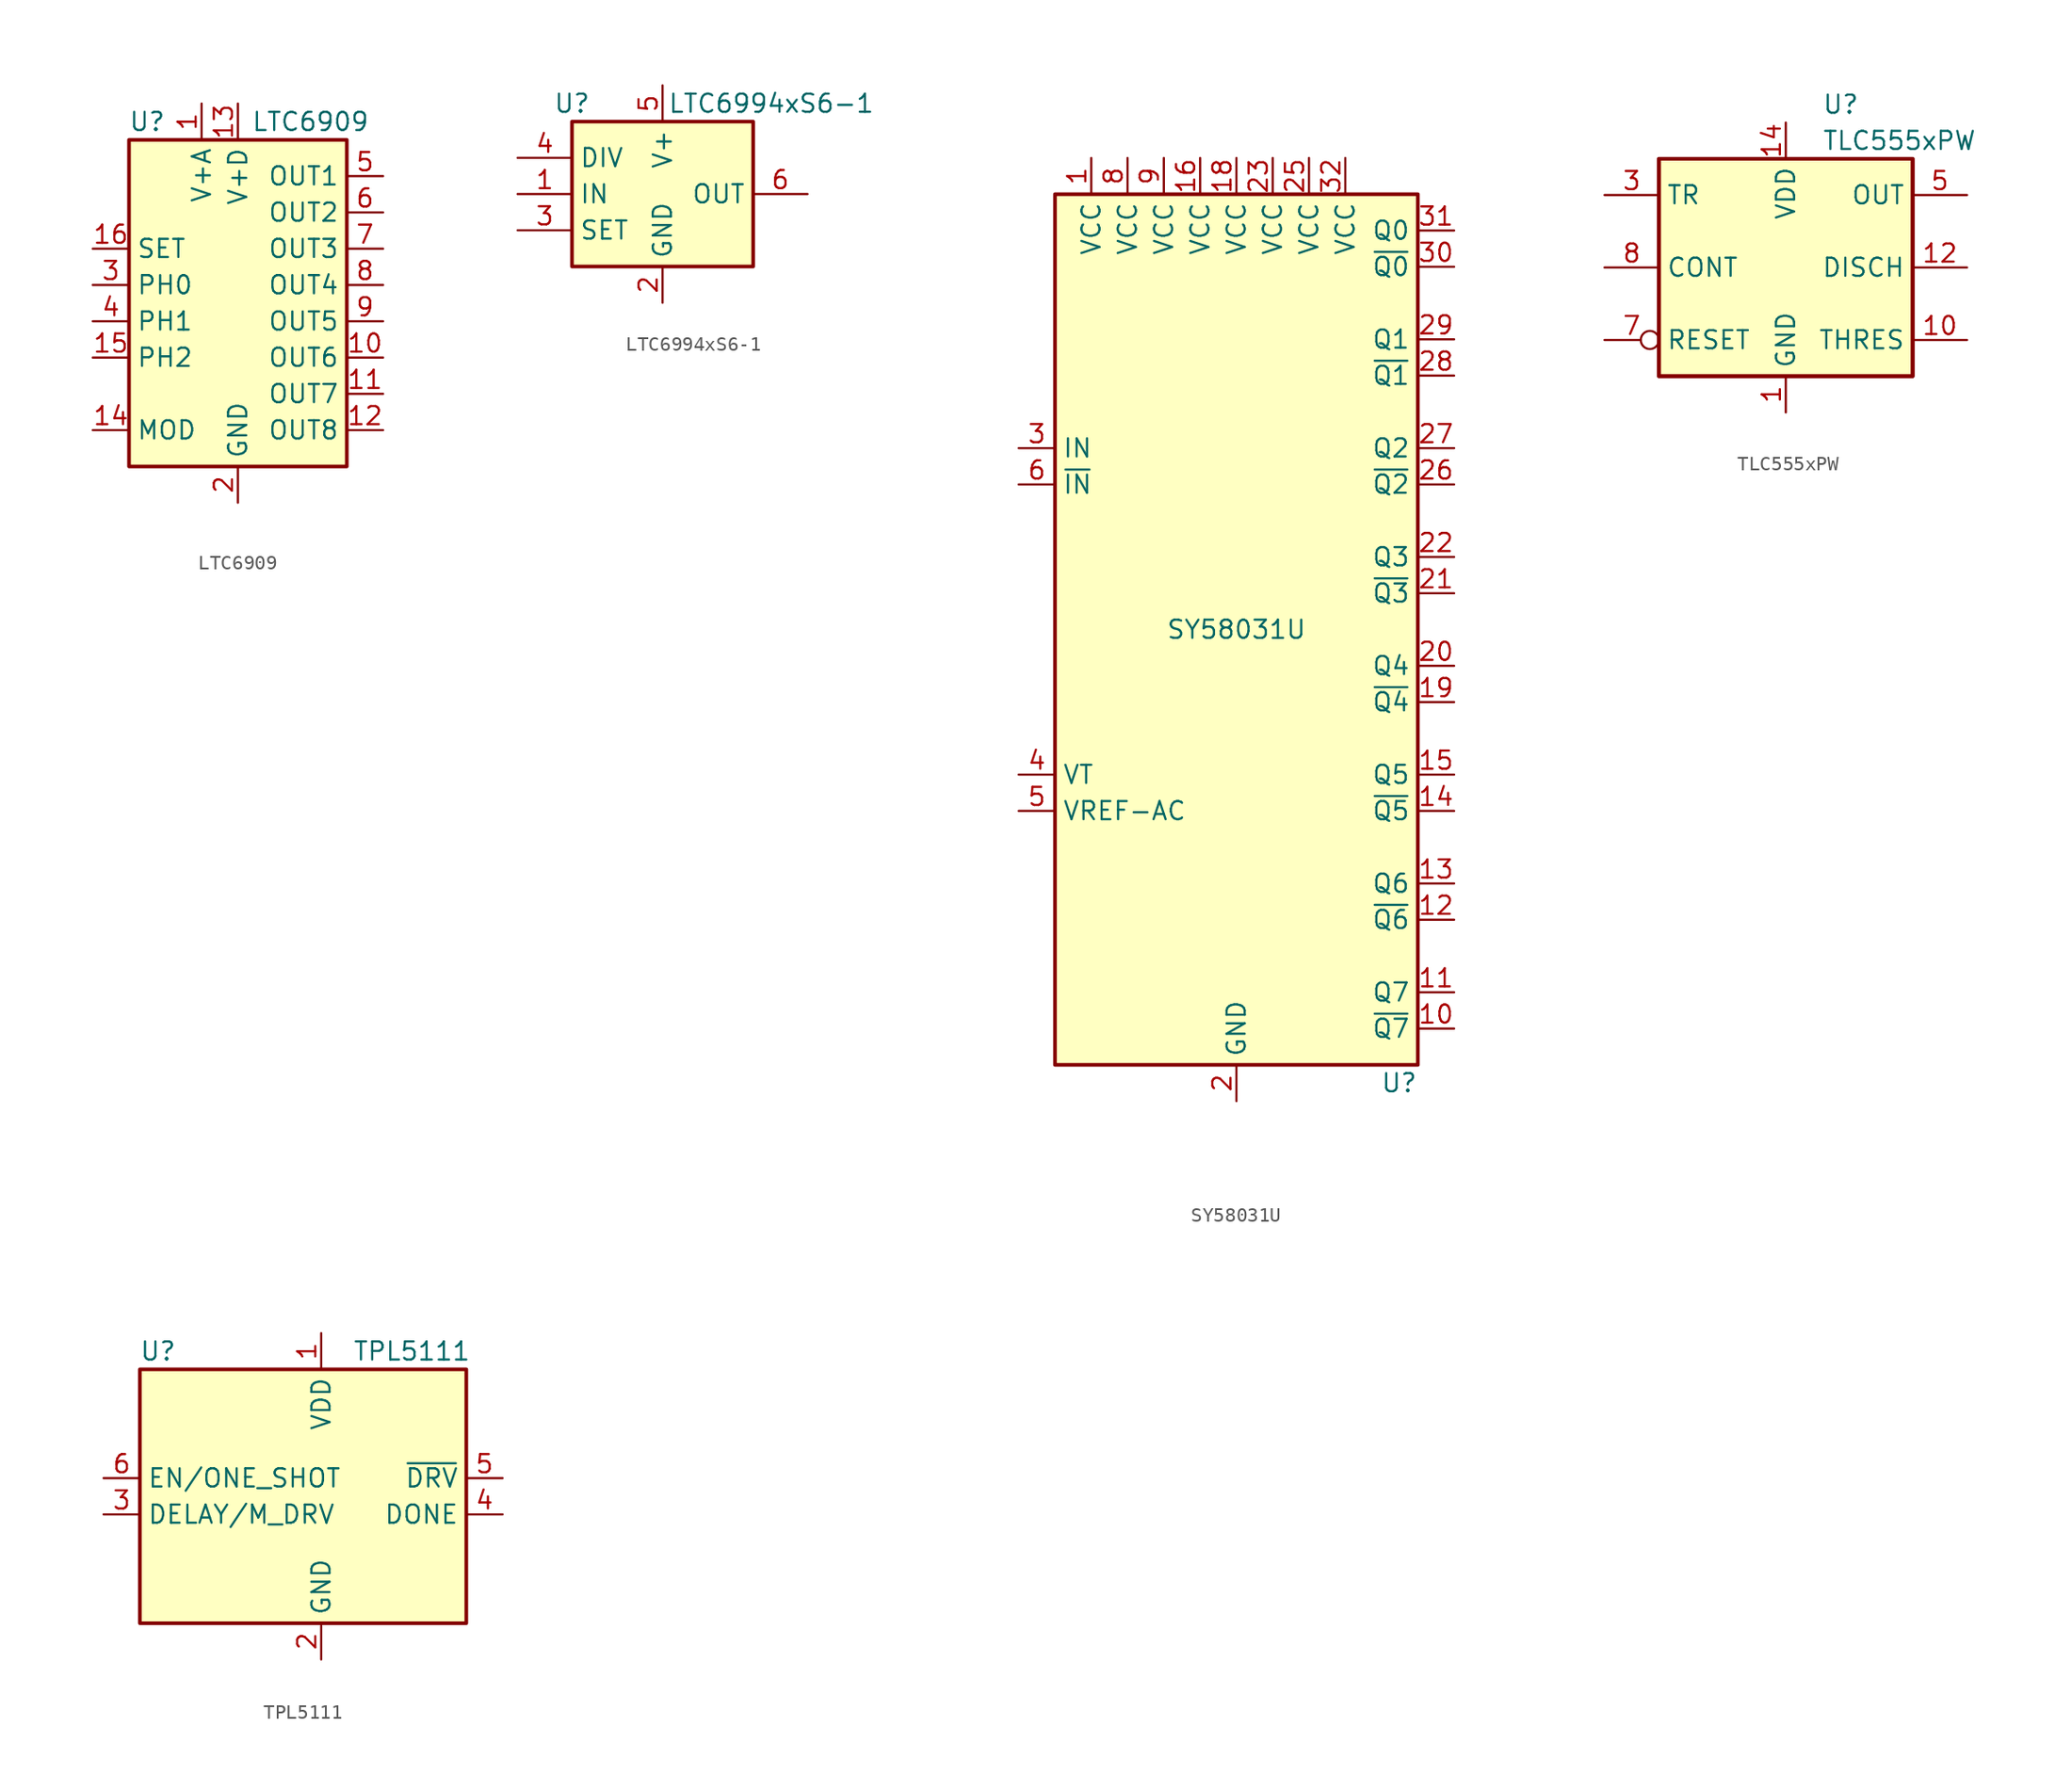
<source format=kicad_sym>
(kicad_symbol_lib
  (version 20220914)
  (generator kicad_symbol_editor)
  (symbol "LTC6909"
    (property "Reference" "U"
      (at -6.35 11.43 0)
      (effects (font (size 1.27 1.27))))
    (property "Value" "LTC6909"
      (at 5.08 11.43 0)
      (effects (font (size 1.27 1.27))))
    (symbol "LTC6909_0_1"
      (rectangle (start -7.62 10.16) (end 7.62 -12.7) (stroke (width 0.254) (type default)) (fill (type background))))
    (symbol "LTC6909_1_1"
      (pin power_in line (at -2.54 12.7 270) (length 2.54) (name "V+A" (effects (font (size 1.27 1.27)))) (number "1" (effects (font (size 1.27 1.27)))))
      (pin tri_state line (at 10.16 -5.08 180) (length 2.54) (name "OUT6" (effects (font (size 1.27 1.27)))) (number "10" (effects (font (size 1.27 1.27)))))
      (pin tri_state line (at 10.16 -7.62 180) (length 2.54) (name "OUT7" (effects (font (size 1.27 1.27)))) (number "11" (effects (font (size 1.27 1.27)))))
      (pin tri_state line (at 10.16 -10.16 180) (length 2.54) (name "OUT8" (effects (font (size 1.27 1.27)))) (number "12" (effects (font (size 1.27 1.27)))))
      (pin power_in line (at 0 12.7 270) (length 2.54) (name "V+D" (effects (font (size 1.27 1.27)))) (number "13" (effects (font (size 1.27 1.27)))))
      (pin passive line (at -10.16 -10.16 0) (length 2.54) (name "MOD" (effects (font (size 1.27 1.27)))) (number "14" (effects (font (size 1.27 1.27)))))
      (pin input line (at -10.16 -5.08 0) (length 2.54) (name "PH2" (effects (font (size 1.27 1.27)))) (number "15" (effects (font (size 1.27 1.27)))))
      (pin passive line (at -10.16 2.54 0) (length 2.54) (name "SET" (effects (font (size 1.27 1.27)))) (number "16" (effects (font (size 1.27 1.27)))))
      (pin power_in line (at 0 -15.24 90) (length 2.54) (name "GND" (effects (font (size 1.27 1.27)))) (number "2" (effects (font (size 1.27 1.27)))))
      (pin input line (at -10.16 0 0) (length 2.54) (name "PH0" (effects (font (size 1.27 1.27)))) (number "3" (effects (font (size 1.27 1.27)))))
      (pin input line (at -10.16 -2.54 0) (length 2.54) (name "PH1" (effects (font (size 1.27 1.27)))) (number "4" (effects (font (size 1.27 1.27)))))
      (pin tri_state line (at 10.16 7.62 180) (length 2.54) (name "OUT1" (effects (font (size 1.27 1.27)))) (number "5" (effects (font (size 1.27 1.27)))))
      (pin tri_state line (at 10.16 5.08 180) (length 2.54) (name "OUT2" (effects (font (size 1.27 1.27)))) (number "6" (effects (font (size 1.27 1.27)))))
      (pin tri_state line (at 10.16 2.54 180) (length 2.54) (name "OUT3" (effects (font (size 1.27 1.27)))) (number "7" (effects (font (size 1.27 1.27)))))
      (pin tri_state line (at 10.16 0 180) (length 2.54) (name "OUT4" (effects (font (size 1.27 1.27)))) (number "8" (effects (font (size 1.27 1.27)))))
      (pin tri_state line (at 10.16 -2.54 180) (length 2.54) (name "OUT5" (effects (font (size 1.27 1.27)))) (number "9" (effects (font (size 1.27 1.27)))))))
  (symbol "LTC6994xS6-1"
    (property "Reference" "U"
      (at -6.35 6.35 0)
      (effects (font (size 1.27 1.27))))
    (property "Value" "LTC6994xS6-1"
      (at 7.62 6.35 0)
      (effects (font (size 1.27 1.27))))
    (symbol "LTC6994xS6-1_0_1"
      (rectangle (start -6.35 5.08) (end 6.35 -5.08) (stroke (width 0.254) (type default)) (fill (type background))))
    (symbol "LTC6994xS6-1_1_1"
      (pin input line (at -10.16 0 0) (length 3.81) (name "IN" (effects (font (size 1.27 1.27)))) (number "1" (effects (font (size 1.27 1.27)))))
      (pin power_in line (at 0 -7.62 90) (length 2.54) (name "GND" (effects (font (size 1.27 1.27)))) (number "2" (effects (font (size 1.27 1.27)))))
      (pin passive line (at -10.16 -2.54 0) (length 3.81) (name "SET" (effects (font (size 1.27 1.27)))) (number "3" (effects (font (size 1.27 1.27)))))
      (pin input line (at -10.16 2.54 0) (length 3.81) (name "DIV" (effects (font (size 1.27 1.27)))) (number "4" (effects (font (size 1.27 1.27)))))
      (pin power_in line (at 0 7.62 270) (length 2.54) (name "V+" (effects (font (size 1.27 1.27)))) (number "5" (effects (font (size 1.27 1.27)))))
      (pin output line (at 10.16 0 180) (length 3.81) (name "OUT" (effects (font (size 1.27 1.27)))) (number "6" (effects (font (size 1.27 1.27)))))))
  (symbol "SY58031U"
    (property "Reference" "U"
      (at 12.7 -31.75 0)
      (effects (font (size 1.27 1.27)) (justify right)))
    (property "Value" "SY58031U"
      (at 0 0 0)
      (effects (font (size 1.27 1.27))))
    (symbol "SY58031U_0_1"
      (rectangle (start 12.7 30.48) (end -12.7 -30.48) (stroke (width 0.254) (type default)) (fill (type background))))
    (symbol "SY58031U_1_1"
      (pin power_in line (at -10.16 33.02 270) (length 2.54) (name "VCC" (effects (font (size 1.27 1.27)))) (number "1" (effects (font (size 1.27 1.27)))))
      (pin output line (at 15.24 -27.94 180) (length 2.54) (name "~{Q7}" (effects (font (size 1.27 1.27)))) (number "10" (effects (font (size 1.27 1.27)))))
      (pin output line (at 15.24 -25.4 180) (length 2.54) (name "Q7" (effects (font (size 1.27 1.27)))) (number "11" (effects (font (size 1.27 1.27)))))
      (pin output line (at 15.24 -20.32 180) (length 2.54) (name "~{Q6}" (effects (font (size 1.27 1.27)))) (number "12" (effects (font (size 1.27 1.27)))))
      (pin output line (at 15.24 -17.78 180) (length 2.54) (name "Q6" (effects (font (size 1.27 1.27)))) (number "13" (effects (font (size 1.27 1.27)))))
      (pin output line (at 15.24 -12.7 180) (length 2.54) (name "~{Q5}" (effects (font (size 1.27 1.27)))) (number "14" (effects (font (size 1.27 1.27)))))
      (pin output line (at 15.24 -10.16 180) (length 2.54) (name "Q5" (effects (font (size 1.27 1.27)))) (number "15" (effects (font (size 1.27 1.27)))))
      (pin power_in line (at -2.54 33.02 270) (length 2.54) (name "VCC" (effects (font (size 1.27 1.27)))) (number "16" (effects (font (size 1.27 1.27)))))
      (pin passive line (at 0 -33.02 90) (length 2.54) hide (name "GND" (effects (font (size 1.27 1.27)))) (number "17" (effects (font (size 1.27 1.27)))))
      (pin power_in line (at 0 33.02 270) (length 2.54) (name "VCC" (effects (font (size 1.27 1.27)))) (number "18" (effects (font (size 1.27 1.27)))))
      (pin output line (at 15.24 -5.08 180) (length 2.54) (name "~{Q4}" (effects (font (size 1.27 1.27)))) (number "19" (effects (font (size 1.27 1.27)))))
      (pin power_in line (at 0 -33.02 90) (length 2.54) (name "GND" (effects (font (size 1.27 1.27)))) (number "2" (effects (font (size 1.27 1.27)))))
      (pin output line (at 15.24 -2.54 180) (length 2.54) (name "Q4" (effects (font (size 1.27 1.27)))) (number "20" (effects (font (size 1.27 1.27)))))
      (pin output line (at 15.24 2.54 180) (length 2.54) (name "~{Q3}" (effects (font (size 1.27 1.27)))) (number "21" (effects (font (size 1.27 1.27)))))
      (pin output line (at 15.24 5.08 180) (length 2.54) (name "Q3" (effects (font (size 1.27 1.27)))) (number "22" (effects (font (size 1.27 1.27)))))
      (pin power_in line (at 2.54 33.02 270) (length 2.54) (name "VCC" (effects (font (size 1.27 1.27)))) (number "23" (effects (font (size 1.27 1.27)))))
      (pin passive line (at 0 -33.02 90) (length 2.54) hide (name "GND" (effects (font (size 1.27 1.27)))) (number "24" (effects (font (size 1.27 1.27)))))
      (pin power_in line (at 5.08 33.02 270) (length 2.54) (name "VCC" (effects (font (size 1.27 1.27)))) (number "25" (effects (font (size 1.27 1.27)))))
      (pin output line (at 15.24 10.16 180) (length 2.54) (name "~{Q2}" (effects (font (size 1.27 1.27)))) (number "26" (effects (font (size 1.27 1.27)))))
      (pin output line (at 15.24 12.7 180) (length 2.54) (name "Q2" (effects (font (size 1.27 1.27)))) (number "27" (effects (font (size 1.27 1.27)))))
      (pin output line (at 15.24 17.78 180) (length 2.54) (name "~{Q1}" (effects (font (size 1.27 1.27)))) (number "28" (effects (font (size 1.27 1.27)))))
      (pin output line (at 15.24 20.32 180) (length 2.54) (name "Q1" (effects (font (size 1.27 1.27)))) (number "29" (effects (font (size 1.27 1.27)))))
      (pin input line (at -15.24 12.7 0) (length 2.54) (name "IN" (effects (font (size 1.27 1.27)))) (number "3" (effects (font (size 1.27 1.27)))))
      (pin output line (at 15.24 25.4 180) (length 2.54) (name "~{Q0}" (effects (font (size 1.27 1.27)))) (number "30" (effects (font (size 1.27 1.27)))))
      (pin output line (at 15.24 27.94 180) (length 2.54) (name "Q0" (effects (font (size 1.27 1.27)))) (number "31" (effects (font (size 1.27 1.27)))))
      (pin power_in line (at 7.62 33.02 270) (length 2.54) (name "VCC" (effects (font (size 1.27 1.27)))) (number "32" (effects (font (size 1.27 1.27)))))
      (pin passive line (at 0 -33.02 90) (length 2.54) hide (name "GND" (effects (font (size 1.27 1.27)))) (number "33" (effects (font (size 1.27 1.27)))))
      (pin passive line (at -15.24 -10.16 0) (length 2.54) (name "VT" (effects (font (size 1.27 1.27)))) (number "4" (effects (font (size 1.27 1.27)))))
      (pin passive line (at -15.24 -12.7 0) (length 2.54) (name "VREF-AC" (effects (font (size 1.27 1.27)))) (number "5" (effects (font (size 1.27 1.27)))))
      (pin input line (at -15.24 10.16 0) (length 2.54) (name "~{IN}" (effects (font (size 1.27 1.27)))) (number "6" (effects (font (size 1.27 1.27)))))
      (pin passive line (at 0 -33.02 90) (length 2.54) hide (name "GND" (effects (font (size 1.27 1.27)))) (number "7" (effects (font (size 1.27 1.27)))))
      (pin power_in line (at -7.62 33.02 270) (length 2.54) (name "VCC" (effects (font (size 1.27 1.27)))) (number "8" (effects (font (size 1.27 1.27)))))
      (pin power_in line (at -5.08 33.02 270) (length 2.54) (name "VCC" (effects (font (size 1.27 1.27)))) (number "9" (effects (font (size 1.27 1.27)))))))
  (symbol "TLC555xPW"
    (property "Reference" "U"
      (at 2.54 11.43 0)
      (effects (font (size 1.27 1.27)) (justify left)))
    (property "Value" "TLC555xPW"
      (at 2.54 8.89 0)
      (effects (font (size 1.27 1.27)) (justify left)))
    (symbol "TLC555xPW_0_0"
      (pin power_in line (at 0 -10.16 90) (length 2.54) (name "GND" (effects (font (size 1.27 1.27)))) (number "1" (effects (font (size 1.27 1.27)))))
      (pin power_in line (at 0 10.16 270) (length 2.54) (name "VDD" (effects (font (size 1.27 1.27)))) (number "14" (effects (font (size 1.27 1.27))))))
    (symbol "TLC555xPW_0_1"
      (rectangle (start -8.89 -7.62) (end 8.89 7.62) (stroke (width 0.254) (type default)) (fill (type background)))
      (rectangle (start -8.89 -7.62) (end 8.89 7.62) (stroke (width 0.254) (type default)) (fill (type background))))
    (symbol "TLC555xPW_1_1"
      (pin input line (at 12.7 -5.08 180) (length 3.81) (name "THRES" (effects (font (size 1.27 1.27)))) (number "10" (effects (font (size 1.27 1.27)))))
      (pin no_connect line (at 0 0 270) (length 2.54) hide (name "NC" (effects (font (size 1.27 1.27)))) (number "11" (effects (font (size 1.27 1.27)))))
      (pin input line (at 12.7 0 180) (length 3.81) (name "DISCH" (effects (font (size 1.27 1.27)))) (number "12" (effects (font (size 1.27 1.27)))))
      (pin no_connect line (at 2.54 0 270) (length 2.54) hide (name "NC" (effects (font (size 1.27 1.27)))) (number "13" (effects (font (size 1.27 1.27)))))
      (pin no_connect line (at -2.54 5.08 270) (length 2.54) hide (name "NC" (effects (font (size 1.27 1.27)))) (number "2" (effects (font (size 1.27 1.27)))))
      (pin input line (at -12.7 5.08 0) (length 3.81) (name "TR" (effects (font (size 1.27 1.27)))) (number "3" (effects (font (size 1.27 1.27)))))
      (pin no_connect line (at 0 5.08 270) (length 2.54) hide (name "NC" (effects (font (size 1.27 1.27)))) (number "4" (effects (font (size 1.27 1.27)))))
      (pin output line (at 12.7 5.08 180) (length 3.81) (name "OUT" (effects (font (size 1.27 1.27)))) (number "5" (effects (font (size 1.27 1.27)))))
      (pin no_connect line (at 2.54 5.08 270) (length 2.54) hide (name "NC" (effects (font (size 1.27 1.27)))) (number "6" (effects (font (size 1.27 1.27)))))
      (pin input inverted (at -12.7 -5.08 0) (length 3.81) (name "RESET" (effects (font (size 1.27 1.27)))) (number "7" (effects (font (size 1.27 1.27)))))
      (pin input line (at -12.7 0 0) (length 3.81) (name "CONT" (effects (font (size 1.27 1.27)))) (number "8" (effects (font (size 1.27 1.27)))))
      (pin no_connect line (at -2.54 0 270) (length 2.54) hide (name "NC" (effects (font (size 1.27 1.27)))) (number "9" (effects (font (size 1.27 1.27)))))))
  (symbol "TPL5111"
    (property "Reference" "U"
      (at -11.43 11.43 0)
      (effects (font (size 1.27 1.27))))
    (property "Value" "TPL5111"
      (at 6.35 11.43 0)
      (effects (font (size 1.27 1.27))))
    (symbol "TPL5111_0_1"
      (rectangle (start -12.7 10.16) (end 10.16 -7.62) (stroke (width 0.254) (type default)) (fill (type background))))
    (symbol "TPL5111_1_1"
      (pin power_in line (at 0 12.7 270) (length 2.54) (name "VDD" (effects (font (size 1.27 1.27)))) (number "1" (effects (font (size 1.27 1.27)))))
      (pin power_in line (at 0 -10.16 90) (length 2.54) (name "GND" (effects (font (size 1.27 1.27)))) (number "2" (effects (font (size 1.27 1.27)))))
      (pin input line (at -15.24 0 0) (length 2.54) (name "DELAY/M_DRV" (effects (font (size 1.27 1.27)))) (number "3" (effects (font (size 1.27 1.27)))))
      (pin input line (at 12.7 0 180) (length 2.54) (name "DONE" (effects (font (size 1.27 1.27)))) (number "4" (effects (font (size 1.27 1.27)))))
      (pin output line (at 12.7 2.54 180) (length 2.54) (name "~{DRV}" (effects (font (size 1.27 1.27)))) (number "5" (effects (font (size 1.27 1.27)))))
      (pin input line (at -15.24 2.54 0) (length 2.54) (name "EN/ONE_SHOT" (effects (font (size 1.27 1.27)))) (number "6" (effects (font (size 1.27 1.27))))))))
</source>
